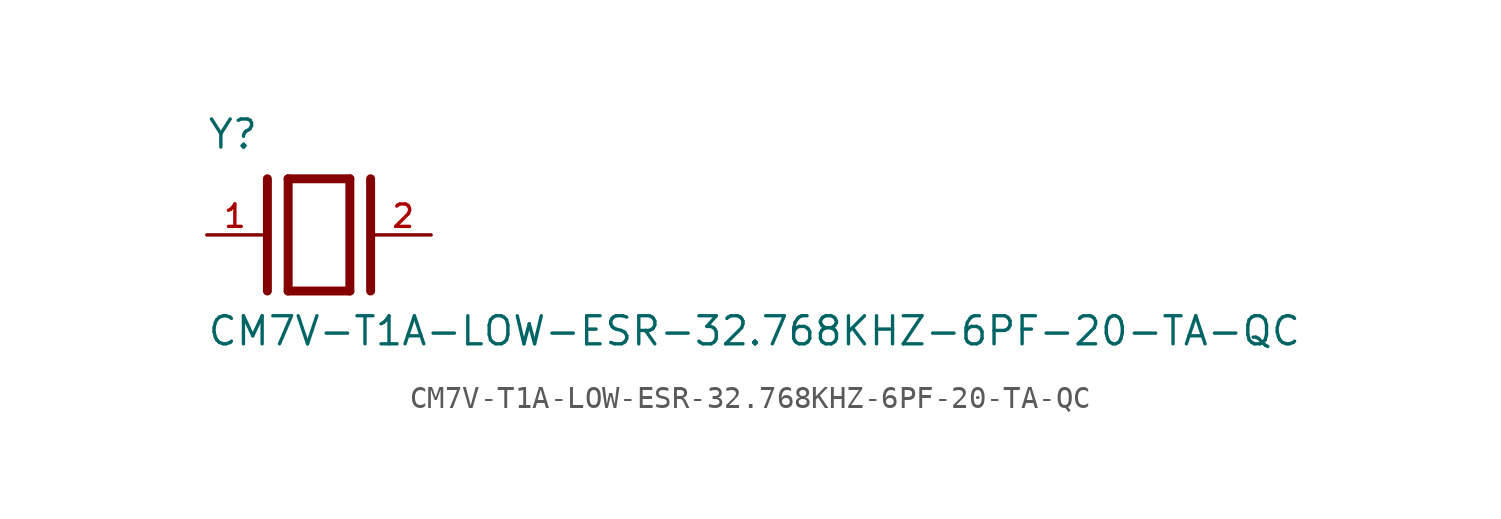
<source format=kicad_sym>
(kicad_symbol_lib
  (version 20211014)
  (generator kicad_symbol_editor)
  (symbol "CM7V-T1A-LOW-ESR-32.768KHZ-6PF-20-TA-QC"
    (pin_names
      (offset 1.016))
    (property "Reference" "Y"
      (at -5.088 3.816 0)
      (effects (font (size 1.27 1.27)) (justify bottom left)))
    (property "Value" "CM7V-T1A-LOW-ESR-32.768KHZ-6PF-20-TA-QC"
      (at -5.094 -5.094 0)
      (effects (font (size 1.27 1.27)) (justify bottom left)))
    (symbol "CM7V-T1A-LOW-ESR-32.768KHZ-6PF-20-TA-QC_0_0"
      (polyline (pts (xy -1.397 2.54) (xy 1.397 2.54)) (stroke (width 0.406)))
      (polyline (pts (xy 1.397 2.54) (xy 1.397 -2.54)) (stroke (width 0.406)))
      (polyline (pts (xy 1.397 -2.54) (xy -1.397 -2.54)) (stroke (width 0.406)))
      (polyline (pts (xy -1.397 2.54) (xy -1.397 -2.54)) (stroke (width 0.406)))
      (polyline (pts (xy 2.337 2.54) (xy 2.337 -2.54)) (stroke (width 0.406)))
      (polyline (pts (xy -2.337 2.54) (xy -2.337 -2.54)) (stroke (width 0.406)))
      (pin passive line (at 5.08 0.0 180.0) (length 2.54) (name "~" (effects (font (size 1.016 1.016)))) (number "2" (effects (font (size 1.016 1.016)))))
      (pin passive line (at -5.08 0.0 0) (length 2.54) (name "~" (effects (font (size 1.016 1.016)))) (number "1" (effects (font (size 1.016 1.016))))))))
</source>
